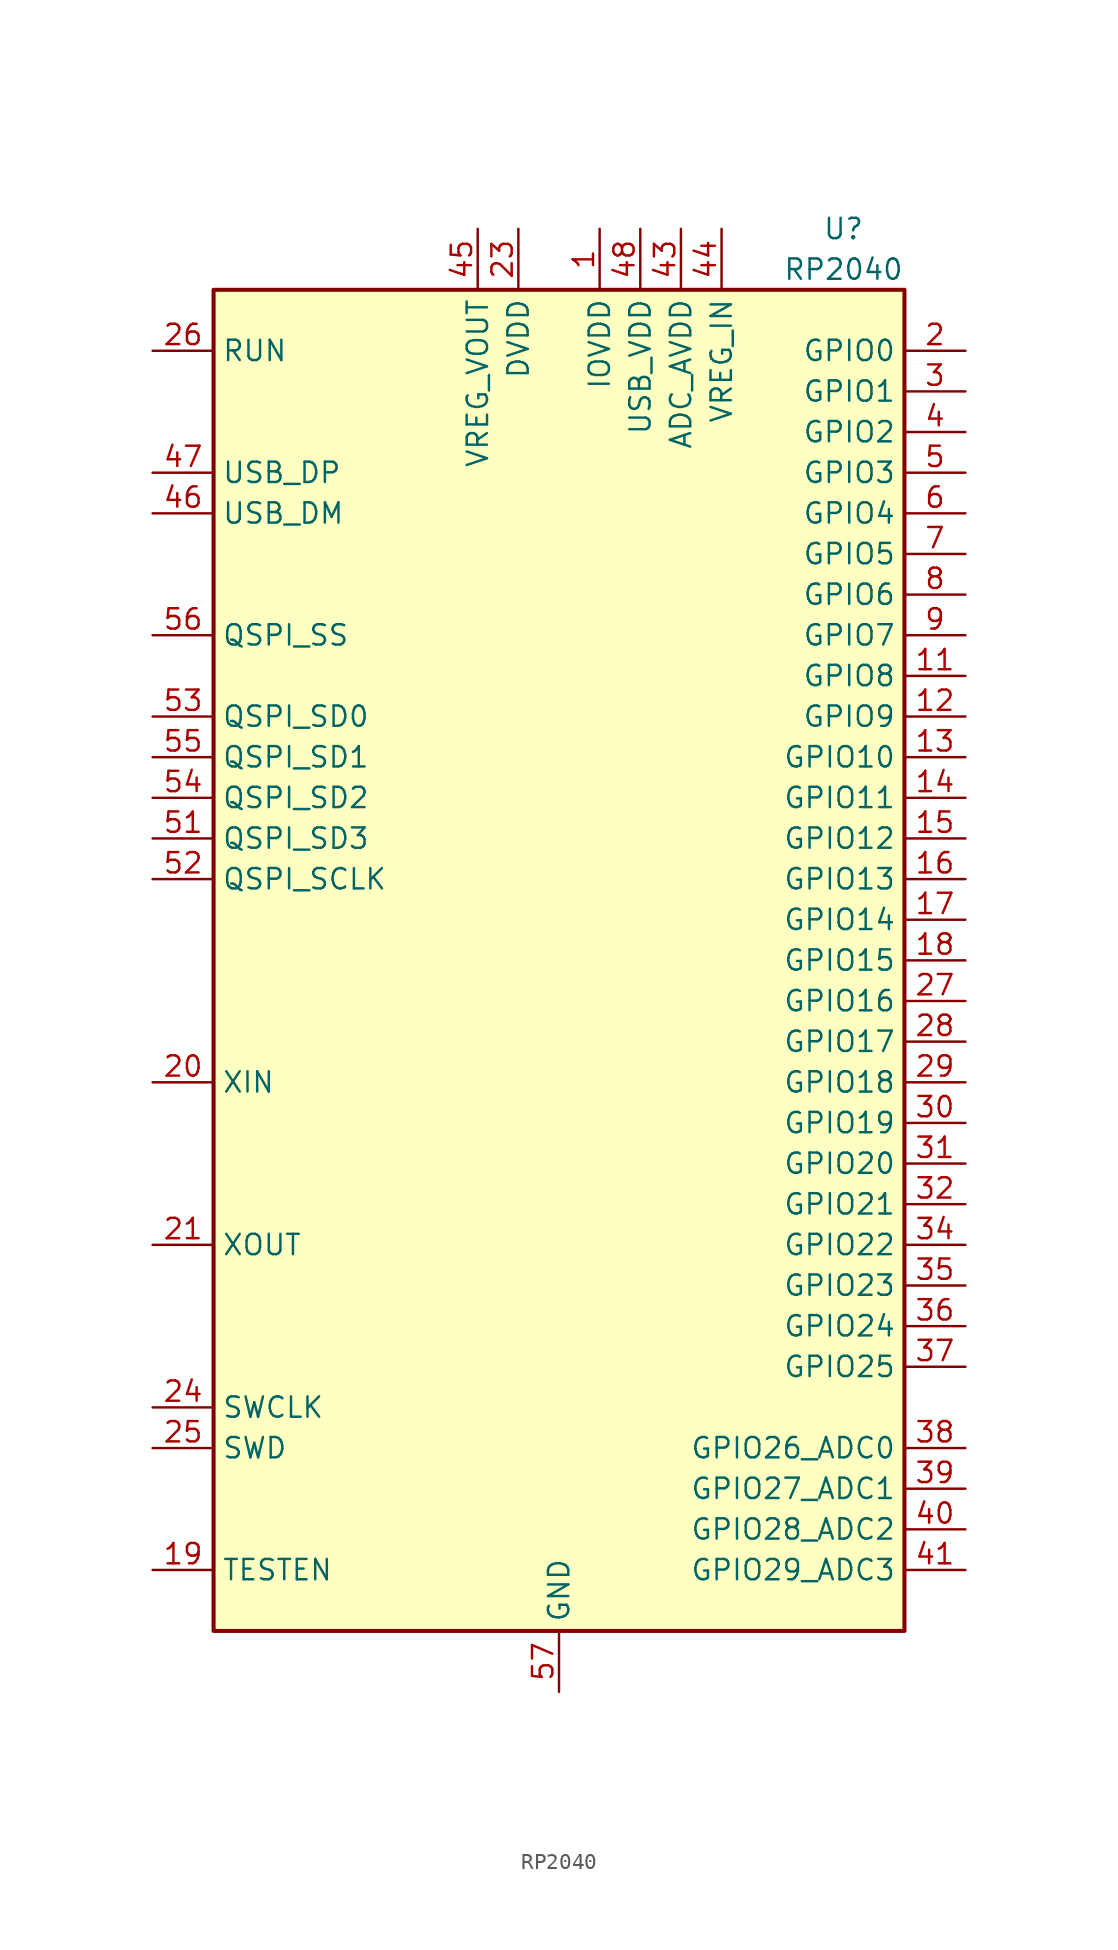
<source format=kicad_sym>
(kicad_symbol_lib
  (version 20241209)
  (generator "kicad_symbol_editor")
  (generator_version "9.0")
  (symbol "RP2040"
    (property "Reference" "U"
      (at 17.78 45.72 0)
      (effects (font (size 1.27 1.27))))
    (property "Value" "RP2040"
      (at 17.78 43.18 0)
      (effects (font (size 1.27 1.27))))
    (symbol "RP2040_0_1"
      (rectangle (start -21.59 41.91) (end 21.59 -41.91) (stroke (width 0.254) (type default)) (fill (type background))))
    (symbol "RP2040_1_1"
      (pin input line (at -25.4 38.1 0) (length 3.81) (name "RUN" (effects (font (size 1.27 1.27)))) (number "26" (effects (font (size 1.27 1.27)))))
      (pin bidirectional line (at -25.4 30.48 0) (length 3.81) (name "USB_DP" (effects (font (size 1.27 1.27)))) (number "47" (effects (font (size 1.27 1.27)))))
      (pin bidirectional line (at -25.4 27.94 0) (length 3.81) (name "USB_DM" (effects (font (size 1.27 1.27)))) (number "46" (effects (font (size 1.27 1.27)))))
      (pin bidirectional line (at -25.4 20.32 0) (length 3.81) (name "QSPI_SS" (effects (font (size 1.27 1.27)))) (number "56" (effects (font (size 1.27 1.27)))))
      (pin bidirectional line (at -25.4 15.24 0) (length 3.81) (name "QSPI_SD0" (effects (font (size 1.27 1.27)))) (number "53" (effects (font (size 1.27 1.27)))))
      (pin bidirectional line (at -25.4 12.7 0) (length 3.81) (name "QSPI_SD1" (effects (font (size 1.27 1.27)))) (number "55" (effects (font (size 1.27 1.27)))))
      (pin bidirectional line (at -25.4 10.16 0) (length 3.81) (name "QSPI_SD2" (effects (font (size 1.27 1.27)))) (number "54" (effects (font (size 1.27 1.27)))))
      (pin bidirectional line (at -25.4 7.62 0) (length 3.81) (name "QSPI_SD3" (effects (font (size 1.27 1.27)))) (number "51" (effects (font (size 1.27 1.27)))))
      (pin output line (at -25.4 5.08 0) (length 3.81) (name "QSPI_SCLK" (effects (font (size 1.27 1.27)))) (number "52" (effects (font (size 1.27 1.27)))))
      (pin input line (at -25.4 -7.62 0) (length 3.81) (name "XIN" (effects (font (size 1.27 1.27)))) (number "20" (effects (font (size 1.27 1.27)))))
      (pin passive line (at -25.4 -17.78 0) (length 3.81) (name "XOUT" (effects (font (size 1.27 1.27)))) (number "21" (effects (font (size 1.27 1.27)))))
      (pin input line (at -25.4 -27.94 0) (length 3.81) (name "SWCLK" (effects (font (size 1.27 1.27)))) (number "24" (effects (font (size 1.27 1.27)))))
      (pin bidirectional line (at -25.4 -30.48 0) (length 3.81) (name "SWD" (effects (font (size 1.27 1.27)))) (number "25" (effects (font (size 1.27 1.27)))))
      (pin input line (at -25.4 -38.1 0) (length 3.81) (name "TESTEN" (effects (font (size 1.27 1.27)))) (number "19" (effects (font (size 1.27 1.27)))))
      (pin power_out line (at -5.08 45.72 270) (length 3.81) (name "VREG_VOUT" (effects (font (size 1.27 1.27)))) (number "45" (effects (font (size 1.27 1.27)))))
      (pin power_in line (at -2.54 45.72 270) (length 3.81) (name "DVDD" (effects (font (size 1.27 1.27)))) (number "23" (effects (font (size 1.27 1.27)))))
      (pin passive line (at -2.54 45.72 270) (length 3.81) (hide yes) (name "DVDD" (effects (font (size 1.27 1.27)))) (number "50" (effects (font (size 1.27 1.27)))))
      (pin power_in line (at 0 -45.72 90) (length 3.81) (name "GND" (effects (font (size 1.27 1.27)))) (number "57" (effects (font (size 1.27 1.27)))))
      (pin power_in line (at 2.54 45.72 270) (length 3.81) (name "IOVDD" (effects (font (size 1.27 1.27)))) (number "1" (effects (font (size 1.27 1.27)))))
      (pin passive line (at 2.54 45.72 270) (length 3.81) (hide yes) (name "IOVDD" (effects (font (size 1.27 1.27)))) (number "10" (effects (font (size 1.27 1.27)))))
      (pin passive line (at 2.54 45.72 270) (length 3.81) (hide yes) (name "IOVDD" (effects (font (size 1.27 1.27)))) (number "22" (effects (font (size 1.27 1.27)))))
      (pin passive line (at 2.54 45.72 270) (length 3.81) (hide yes) (name "IOVDD" (effects (font (size 1.27 1.27)))) (number "33" (effects (font (size 1.27 1.27)))))
      (pin passive line (at 2.54 45.72 270) (length 3.81) (hide yes) (name "IOVDD" (effects (font (size 1.27 1.27)))) (number "42" (effects (font (size 1.27 1.27)))))
      (pin passive line (at 2.54 45.72 270) (length 3.81) (hide yes) (name "IOVDD" (effects (font (size 1.27 1.27)))) (number "49" (effects (font (size 1.27 1.27)))))
      (pin power_in line (at 5.08 45.72 270) (length 3.81) (name "USB_VDD" (effects (font (size 1.27 1.27)))) (number "48" (effects (font (size 1.27 1.27)))))
      (pin power_in line (at 7.62 45.72 270) (length 3.81) (name "ADC_AVDD" (effects (font (size 1.27 1.27)))) (number "43" (effects (font (size 1.27 1.27)))))
      (pin power_in line (at 10.16 45.72 270) (length 3.81) (name "VREG_IN" (effects (font (size 1.27 1.27)))) (number "44" (effects (font (size 1.27 1.27)))))
      (pin bidirectional line (at 25.4 38.1 180) (length 3.81) (name "GPIO0" (effects (font (size 1.27 1.27)))) (number "2" (effects (font (size 1.27 1.27)))))
      (pin bidirectional line (at 25.4 35.56 180) (length 3.81) (name "GPIO1" (effects (font (size 1.27 1.27)))) (number "3" (effects (font (size 1.27 1.27)))))
      (pin bidirectional line (at 25.4 33.02 180) (length 3.81) (name "GPIO2" (effects (font (size 1.27 1.27)))) (number "4" (effects (font (size 1.27 1.27)))))
      (pin bidirectional line (at 25.4 30.48 180) (length 3.81) (name "GPIO3" (effects (font (size 1.27 1.27)))) (number "5" (effects (font (size 1.27 1.27)))))
      (pin bidirectional line (at 25.4 27.94 180) (length 3.81) (name "GPIO4" (effects (font (size 1.27 1.27)))) (number "6" (effects (font (size 1.27 1.27)))))
      (pin bidirectional line (at 25.4 25.4 180) (length 3.81) (name "GPIO5" (effects (font (size 1.27 1.27)))) (number "7" (effects (font (size 1.27 1.27)))))
      (pin bidirectional line (at 25.4 22.86 180) (length 3.81) (name "GPIO6" (effects (font (size 1.27 1.27)))) (number "8" (effects (font (size 1.27 1.27)))))
      (pin bidirectional line (at 25.4 20.32 180) (length 3.81) (name "GPIO7" (effects (font (size 1.27 1.27)))) (number "9" (effects (font (size 1.27 1.27)))))
      (pin bidirectional line (at 25.4 17.78 180) (length 3.81) (name "GPIO8" (effects (font (size 1.27 1.27)))) (number "11" (effects (font (size 1.27 1.27)))))
      (pin bidirectional line (at 25.4 15.24 180) (length 3.81) (name "GPIO9" (effects (font (size 1.27 1.27)))) (number "12" (effects (font (size 1.27 1.27)))))
      (pin bidirectional line (at 25.4 12.7 180) (length 3.81) (name "GPIO10" (effects (font (size 1.27 1.27)))) (number "13" (effects (font (size 1.27 1.27)))))
      (pin bidirectional line (at 25.4 10.16 180) (length 3.81) (name "GPIO11" (effects (font (size 1.27 1.27)))) (number "14" (effects (font (size 1.27 1.27)))))
      (pin bidirectional line (at 25.4 7.62 180) (length 3.81) (name "GPIO12" (effects (font (size 1.27 1.27)))) (number "15" (effects (font (size 1.27 1.27)))))
      (pin bidirectional line (at 25.4 5.08 180) (length 3.81) (name "GPIO13" (effects (font (size 1.27 1.27)))) (number "16" (effects (font (size 1.27 1.27)))))
      (pin bidirectional line (at 25.4 2.54 180) (length 3.81) (name "GPIO14" (effects (font (size 1.27 1.27)))) (number "17" (effects (font (size 1.27 1.27)))))
      (pin bidirectional line (at 25.4 0 180) (length 3.81) (name "GPIO15" (effects (font (size 1.27 1.27)))) (number "18" (effects (font (size 1.27 1.27)))))
      (pin bidirectional line (at 25.4 -2.54 180) (length 3.81) (name "GPIO16" (effects (font (size 1.27 1.27)))) (number "27" (effects (font (size 1.27 1.27)))))
      (pin bidirectional line (at 25.4 -5.08 180) (length 3.81) (name "GPIO17" (effects (font (size 1.27 1.27)))) (number "28" (effects (font (size 1.27 1.27)))))
      (pin bidirectional line (at 25.4 -7.62 180) (length 3.81) (name "GPIO18" (effects (font (size 1.27 1.27)))) (number "29" (effects (font (size 1.27 1.27)))))
      (pin bidirectional line (at 25.4 -10.16 180) (length 3.81) (name "GPIO19" (effects (font (size 1.27 1.27)))) (number "30" (effects (font (size 1.27 1.27)))))
      (pin bidirectional line (at 25.4 -12.7 180) (length 3.81) (name "GPIO20" (effects (font (size 1.27 1.27)))) (number "31" (effects (font (size 1.27 1.27)))))
      (pin bidirectional line (at 25.4 -15.24 180) (length 3.81) (name "GPIO21" (effects (font (size 1.27 1.27)))) (number "32" (effects (font (size 1.27 1.27)))))
      (pin bidirectional line (at 25.4 -17.78 180) (length 3.81) (name "GPIO22" (effects (font (size 1.27 1.27)))) (number "34" (effects (font (size 1.27 1.27)))))
      (pin bidirectional line (at 25.4 -20.32 180) (length 3.81) (name "GPIO23" (effects (font (size 1.27 1.27)))) (number "35" (effects (font (size 1.27 1.27)))))
      (pin bidirectional line (at 25.4 -22.86 180) (length 3.81) (name "GPIO24" (effects (font (size 1.27 1.27)))) (number "36" (effects (font (size 1.27 1.27)))))
      (pin bidirectional line (at 25.4 -25.4 180) (length 3.81) (name "GPIO25" (effects (font (size 1.27 1.27)))) (number "37" (effects (font (size 1.27 1.27)))))
      (pin bidirectional line (at 25.4 -30.48 180) (length 3.81) (name "GPIO26_ADC0" (effects (font (size 1.27 1.27)))) (number "38" (effects (font (size 1.27 1.27)))))
      (pin bidirectional line (at 25.4 -33.02 180) (length 3.81) (name "GPIO27_ADC1" (effects (font (size 1.27 1.27)))) (number "39" (effects (font (size 1.27 1.27)))))
      (pin bidirectional line (at 25.4 -35.56 180) (length 3.81) (name "GPIO28_ADC2" (effects (font (size 1.27 1.27)))) (number "40" (effects (font (size 1.27 1.27)))))
      (pin bidirectional line (at 25.4 -38.1 180) (length 3.81) (name "GPIO29_ADC3" (effects (font (size 1.27 1.27)))) (number "41" (effects (font (size 1.27 1.27))))))))
</source>
